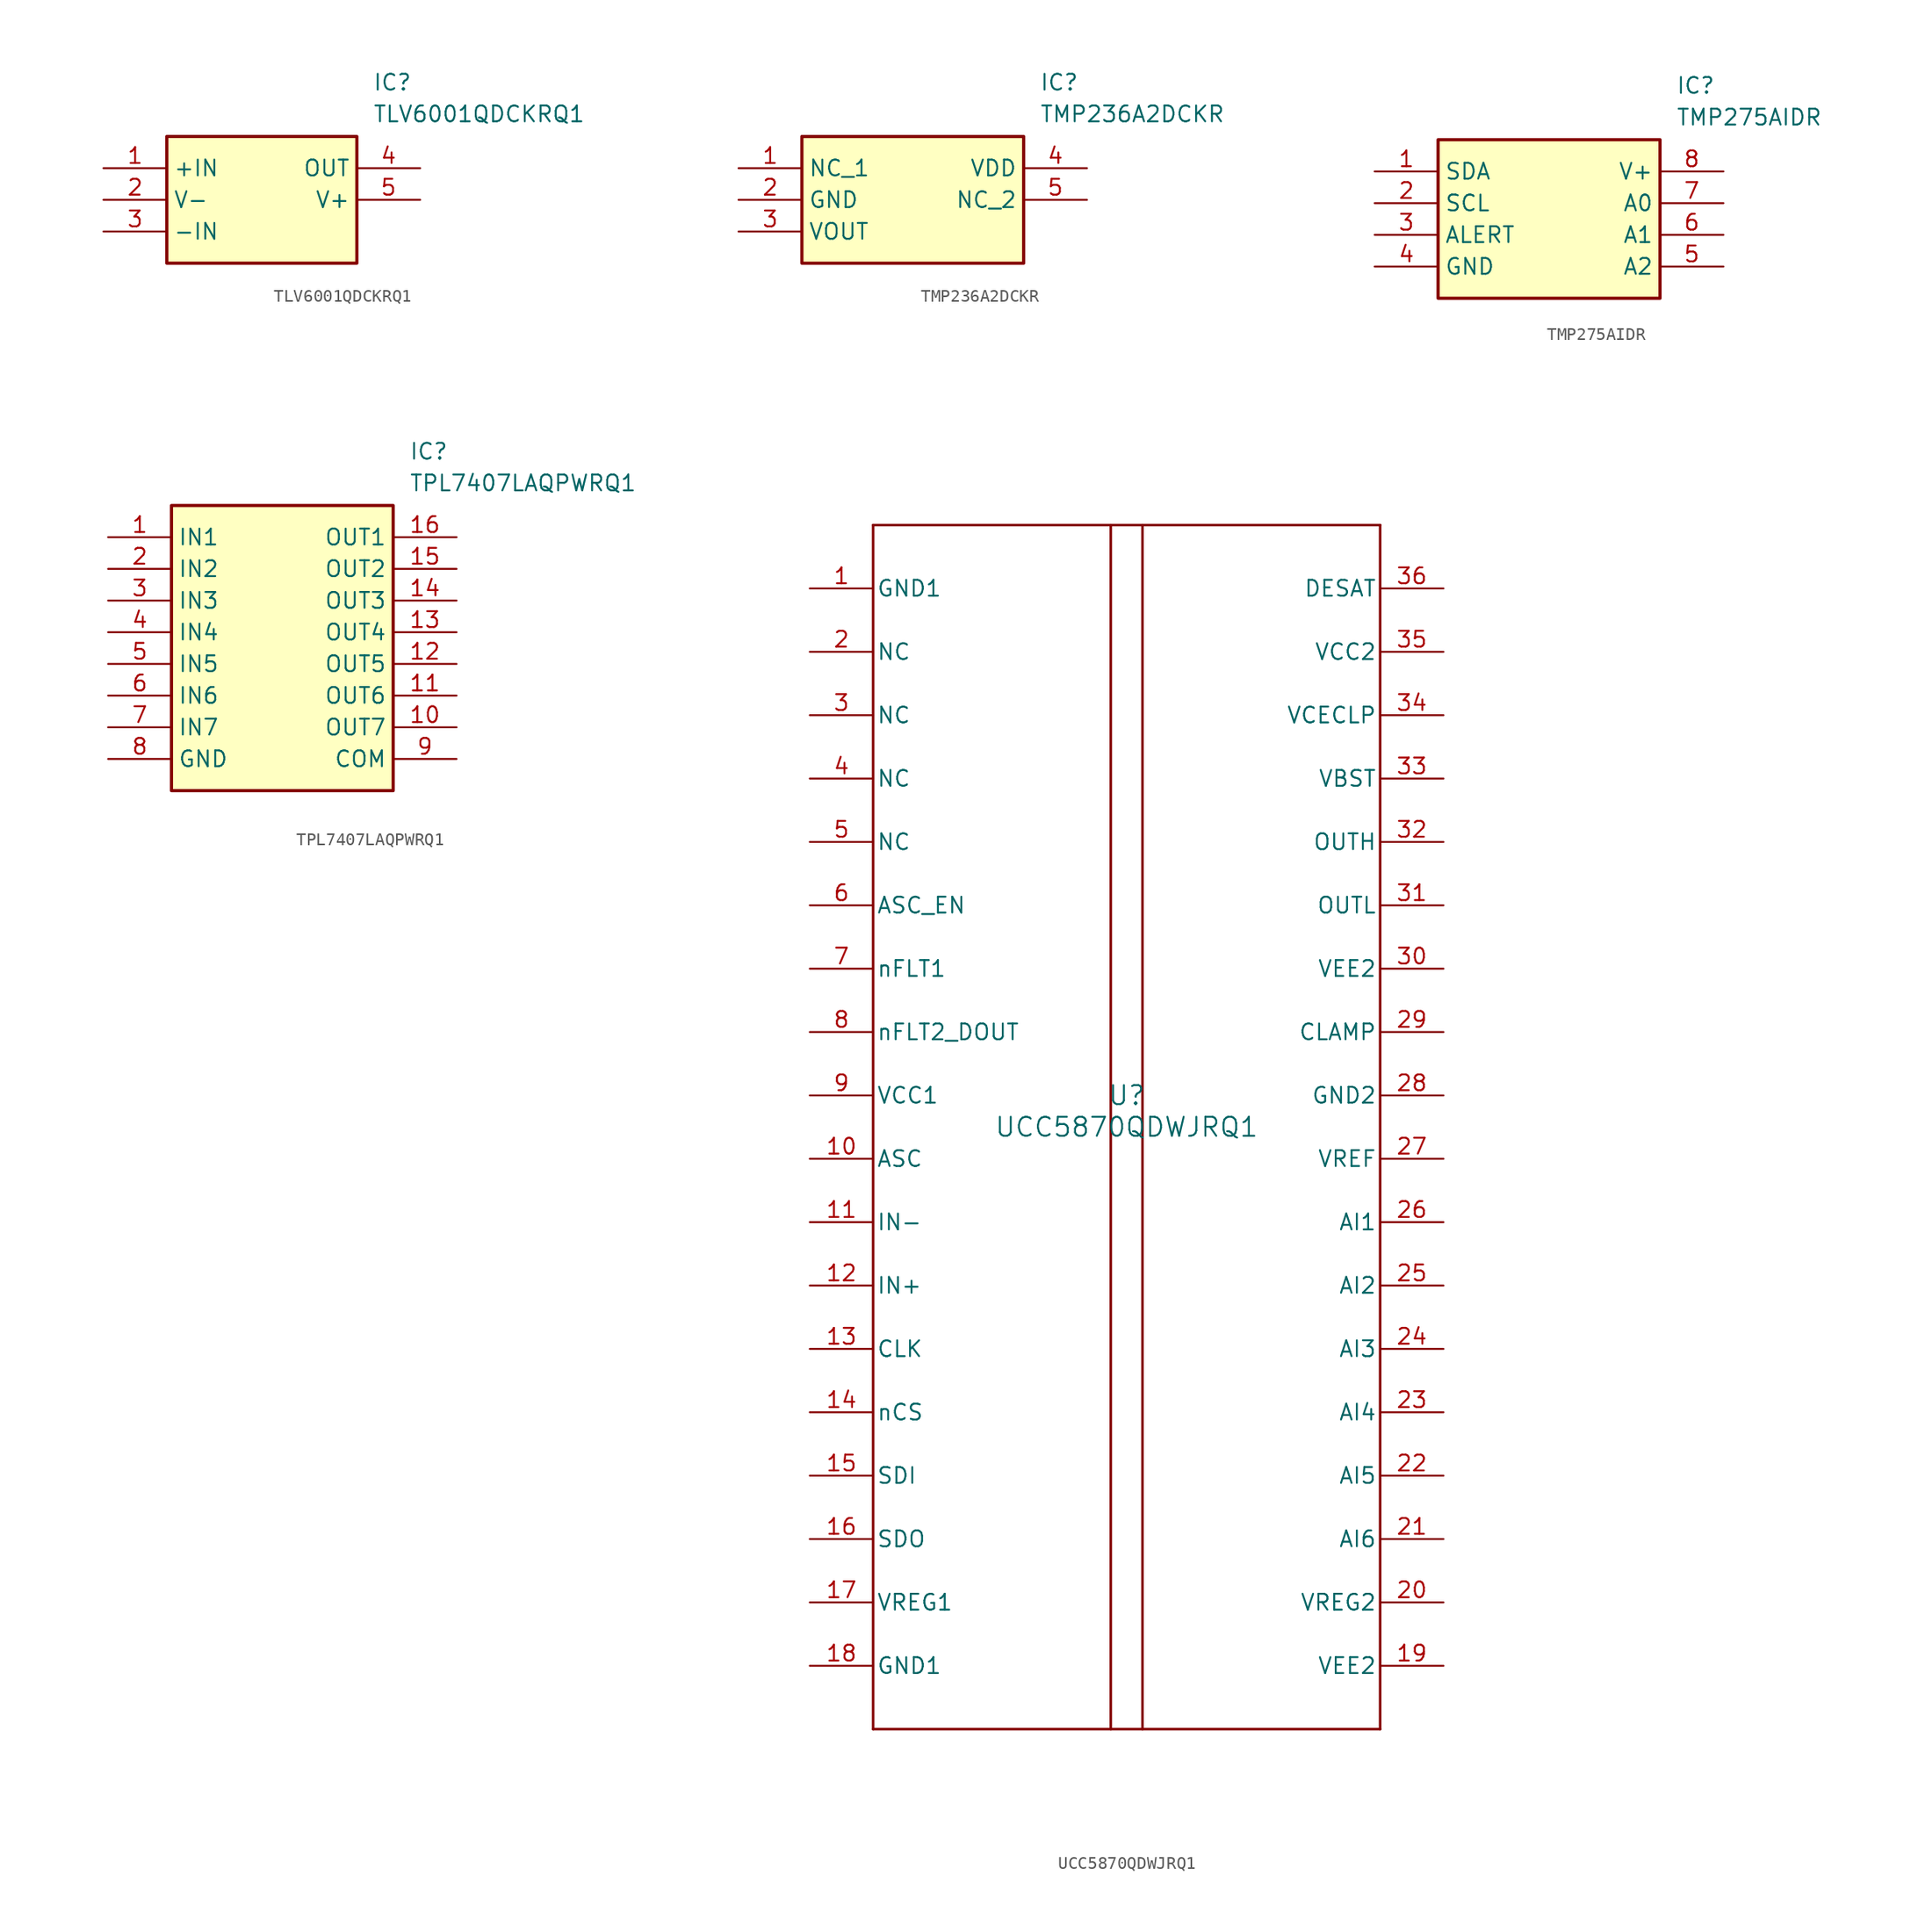
<source format=kicad_sym>
(kicad_symbol_lib
  (version 20241209)
  (generator "kicad_symbol_editor")
  (generator_version "9.0")
  (symbol "TLV6001QDCKRQ1"
    (property "Reference" "IC"
      (at 21.59 7.62 0)
      (effects (font (size 1.27 1.27)) (justify left top)))
    (property "Value" "TLV6001QDCKRQ1"
      (at 21.59 5.08 0)
      (effects (font (size 1.27 1.27)) (justify left top)))
    (symbol "TLV6001QDCKRQ1_1_1"
      (rectangle (start 5.08 2.54) (end 20.32 -7.62) (stroke (width 0.254) (type default)) (fill (type background)))
      (pin input line (at 0 0 0) (length 5.08) (name "+IN" (effects (font (size 1.27 1.27)))) (number "1" (effects (font (size 1.27 1.27)))))
      (pin power_in line (at 0 -2.54 0) (length 5.08) (name "V-" (effects (font (size 1.27 1.27)))) (number "2" (effects (font (size 1.27 1.27)))))
      (pin input line (at 0 -5.08 0) (length 5.08) (name "-IN" (effects (font (size 1.27 1.27)))) (number "3" (effects (font (size 1.27 1.27)))))
      (pin input line (at 25.4 0 180) (length 5.08) (name "OUT" (effects (font (size 1.27 1.27)))) (number "4" (effects (font (size 1.27 1.27)))))
      (pin power_in line (at 25.4 -2.54 180) (length 5.08) (name "V+" (effects (font (size 1.27 1.27)))) (number "5" (effects (font (size 1.27 1.27)))))))
  (symbol "TMP236A2DCKR"
    (property "Reference" "IC"
      (at 24.13 7.62 0)
      (effects (font (size 1.27 1.27)) (justify left top)))
    (property "Value" "TMP236A2DCKR"
      (at 24.13 5.08 0)
      (effects (font (size 1.27 1.27)) (justify left top)))
    (symbol "TMP236A2DCKR_1_1"
      (rectangle (start 5.08 2.54) (end 22.86 -7.62) (stroke (width 0.254) (type default)) (fill (type background)))
      (pin passive line (at 0 0 0) (length 5.08) (name "NC_1" (effects (font (size 1.27 1.27)))) (number "1" (effects (font (size 1.27 1.27)))))
      (pin passive line (at 0 -2.54 0) (length 5.08) (name "GND" (effects (font (size 1.27 1.27)))) (number "2" (effects (font (size 1.27 1.27)))))
      (pin passive line (at 0 -5.08 0) (length 5.08) (name "VOUT" (effects (font (size 1.27 1.27)))) (number "3" (effects (font (size 1.27 1.27)))))
      (pin passive line (at 27.94 0 180) (length 5.08) (name "VDD" (effects (font (size 1.27 1.27)))) (number "4" (effects (font (size 1.27 1.27)))))
      (pin passive line (at 27.94 -2.54 180) (length 5.08) (name "NC_2" (effects (font (size 1.27 1.27)))) (number "5" (effects (font (size 1.27 1.27)))))))
  (symbol "TMP275AIDR"
    (property "Reference" "IC"
      (at 24.13 7.62 0)
      (effects (font (size 1.27 1.27)) (justify left top)))
    (property "Value" "TMP275AIDR"
      (at 24.13 5.08 0)
      (effects (font (size 1.27 1.27)) (justify left top)))
    (symbol "TMP275AIDR_1_1"
      (rectangle (start 5.08 2.54) (end 22.86 -10.16) (stroke (width 0.254) (type default)) (fill (type background)))
      (pin passive line (at 0 0 0) (length 5.08) (name "SDA" (effects (font (size 1.27 1.27)))) (number "1" (effects (font (size 1.27 1.27)))))
      (pin passive line (at 0 -2.54 0) (length 5.08) (name "SCL" (effects (font (size 1.27 1.27)))) (number "2" (effects (font (size 1.27 1.27)))))
      (pin passive line (at 0 -5.08 0) (length 5.08) (name "ALERT" (effects (font (size 1.27 1.27)))) (number "3" (effects (font (size 1.27 1.27)))))
      (pin passive line (at 0 -7.62 0) (length 5.08) (name "GND" (effects (font (size 1.27 1.27)))) (number "4" (effects (font (size 1.27 1.27)))))
      (pin passive line (at 27.94 0 180) (length 5.08) (name "V+" (effects (font (size 1.27 1.27)))) (number "8" (effects (font (size 1.27 1.27)))))
      (pin passive line (at 27.94 -2.54 180) (length 5.08) (name "A0" (effects (font (size 1.27 1.27)))) (number "7" (effects (font (size 1.27 1.27)))))
      (pin passive line (at 27.94 -5.08 180) (length 5.08) (name "A1" (effects (font (size 1.27 1.27)))) (number "6" (effects (font (size 1.27 1.27)))))
      (pin passive line (at 27.94 -7.62 180) (length 5.08) (name "A2" (effects (font (size 1.27 1.27)))) (number "5" (effects (font (size 1.27 1.27)))))))
  (symbol "TPL7407LAQPWRQ1"
    (property "Reference" "IC"
      (at 24.13 7.62 0)
      (effects (font (size 1.27 1.27)) (justify left top)))
    (property "Value" "TPL7407LAQPWRQ1"
      (at 24.13 5.08 0)
      (effects (font (size 1.27 1.27)) (justify left top)))
    (symbol "TPL7407LAQPWRQ1_1_1"
      (rectangle (start 5.08 2.54) (end 22.86 -20.32) (stroke (width 0.254) (type default)) (fill (type background)))
      (pin passive line (at 0 0 0) (length 5.08) (name "IN1" (effects (font (size 1.27 1.27)))) (number "1" (effects (font (size 1.27 1.27)))))
      (pin passive line (at 0 -2.54 0) (length 5.08) (name "IN2" (effects (font (size 1.27 1.27)))) (number "2" (effects (font (size 1.27 1.27)))))
      (pin passive line (at 0 -5.08 0) (length 5.08) (name "IN3" (effects (font (size 1.27 1.27)))) (number "3" (effects (font (size 1.27 1.27)))))
      (pin passive line (at 0 -7.62 0) (length 5.08) (name "IN4" (effects (font (size 1.27 1.27)))) (number "4" (effects (font (size 1.27 1.27)))))
      (pin passive line (at 0 -10.16 0) (length 5.08) (name "IN5" (effects (font (size 1.27 1.27)))) (number "5" (effects (font (size 1.27 1.27)))))
      (pin passive line (at 0 -12.7 0) (length 5.08) (name "IN6" (effects (font (size 1.27 1.27)))) (number "6" (effects (font (size 1.27 1.27)))))
      (pin passive line (at 0 -15.24 0) (length 5.08) (name "IN7" (effects (font (size 1.27 1.27)))) (number "7" (effects (font (size 1.27 1.27)))))
      (pin passive line (at 0 -17.78 0) (length 5.08) (name "GND" (effects (font (size 1.27 1.27)))) (number "8" (effects (font (size 1.27 1.27)))))
      (pin passive line (at 27.94 0 180) (length 5.08) (name "OUT1" (effects (font (size 1.27 1.27)))) (number "16" (effects (font (size 1.27 1.27)))))
      (pin passive line (at 27.94 -2.54 180) (length 5.08) (name "OUT2" (effects (font (size 1.27 1.27)))) (number "15" (effects (font (size 1.27 1.27)))))
      (pin passive line (at 27.94 -5.08 180) (length 5.08) (name "OUT3" (effects (font (size 1.27 1.27)))) (number "14" (effects (font (size 1.27 1.27)))))
      (pin passive line (at 27.94 -7.62 180) (length 5.08) (name "OUT4" (effects (font (size 1.27 1.27)))) (number "13" (effects (font (size 1.27 1.27)))))
      (pin passive line (at 27.94 -10.16 180) (length 5.08) (name "OUT5" (effects (font (size 1.27 1.27)))) (number "12" (effects (font (size 1.27 1.27)))))
      (pin passive line (at 27.94 -12.7 180) (length 5.08) (name "OUT6" (effects (font (size 1.27 1.27)))) (number "11" (effects (font (size 1.27 1.27)))))
      (pin passive line (at 27.94 -15.24 180) (length 5.08) (name "OUT7" (effects (font (size 1.27 1.27)))) (number "10" (effects (font (size 1.27 1.27)))))
      (pin passive line (at 27.94 -17.78 180) (length 5.08) (name "COM" (effects (font (size 1.27 1.27)))) (number "9" (effects (font (size 1.27 1.27)))))))
  (symbol "UCC5870QDWJRQ1"
    (pin_names
      (offset 0.254))
    (property "Reference" "U"
      (at 0 2.54 0)
      (effects (font (size 1.524 1.524))))
    (property "Value" "UCC5870QDWJRQ1"
      (at 0 0 0)
      (effects (font (size 1.524 1.524))))
    (property "ki_locked" ""
      (at 0 0 0)
      (effects (font (size 1.27 1.27))))
    (symbol "UCC5870QDWJRQ1_0_1"
      (polyline (pts (xy -20.32 48.26) (xy -20.32 -48.26)) (stroke (width 0.203) (type default)) (fill (type none)))
      (polyline (pts (xy -20.32 -48.26) (xy 20.32 -48.26)) (stroke (width 0.203) (type default)) (fill (type none)))
      (polyline (pts (xy -1.27 -48.26) (xy -1.27 48.26)) (stroke (width 0.203) (type default)) (fill (type none)))
      (polyline (pts (xy 1.27 -48.26) (xy 1.27 48.26)) (stroke (width 0.203) (type default)) (fill (type none)))
      (polyline (pts (xy 20.32 48.26) (xy -20.32 48.26)) (stroke (width 0.203) (type default)) (fill (type none)))
      (polyline (pts (xy 20.32 -48.26) (xy 20.32 48.26)) (stroke (width 0.203) (type default)) (fill (type none)))
      (pin power_in line (at -25.4 43.18 0) (length 5.08) (name "GND1" (effects (font (size 1.27 1.27)))) (number "1" (effects (font (size 1.27 1.27)))))
      (pin unspecified line (at -25.4 38.1 0) (length 5.08) (name "NC" (effects (font (size 1.27 1.27)))) (number "2" (effects (font (size 1.27 1.27)))))
      (pin unspecified line (at -25.4 33.02 0) (length 5.08) (name "NC" (effects (font (size 1.27 1.27)))) (number "3" (effects (font (size 1.27 1.27)))))
      (pin unspecified line (at -25.4 27.94 0) (length 5.08) (name "NC" (effects (font (size 1.27 1.27)))) (number "4" (effects (font (size 1.27 1.27)))))
      (pin unspecified line (at -25.4 22.86 0) (length 5.08) (name "NC" (effects (font (size 1.27 1.27)))) (number "5" (effects (font (size 1.27 1.27)))))
      (pin input line (at -25.4 17.78 0) (length 5.08) (name "ASC_EN" (effects (font (size 1.27 1.27)))) (number "6" (effects (font (size 1.27 1.27)))))
      (pin output line (at -25.4 12.7 0) (length 5.08) (name "nFLT1" (effects (font (size 1.27 1.27)))) (number "7" (effects (font (size 1.27 1.27)))))
      (pin output line (at -25.4 7.62 0) (length 5.08) (name "nFLT2_DOUT" (effects (font (size 1.27 1.27)))) (number "8" (effects (font (size 1.27 1.27)))))
      (pin power_in line (at -25.4 2.54 0) (length 5.08) (name "VCC1" (effects (font (size 1.27 1.27)))) (number "9" (effects (font (size 1.27 1.27)))))
      (pin power_in line (at -25.4 -2.54 0) (length 5.08) (name "ASC" (effects (font (size 1.27 1.27)))) (number "10" (effects (font (size 1.27 1.27)))))
      (pin power_in line (at -25.4 -7.62 0) (length 5.08) (name "IN-" (effects (font (size 1.27 1.27)))) (number "11" (effects (font (size 1.27 1.27)))))
      (pin input line (at -25.4 -12.7 0) (length 5.08) (name "IN+" (effects (font (size 1.27 1.27)))) (number "12" (effects (font (size 1.27 1.27)))))
      (pin input line (at -25.4 -17.78 0) (length 5.08) (name "CLK" (effects (font (size 1.27 1.27)))) (number "13" (effects (font (size 1.27 1.27)))))
      (pin input line (at -25.4 -22.86 0) (length 5.08) (name "nCS" (effects (font (size 1.27 1.27)))) (number "14" (effects (font (size 1.27 1.27)))))
      (pin input line (at -25.4 -27.94 0) (length 5.08) (name "SDI" (effects (font (size 1.27 1.27)))) (number "15" (effects (font (size 1.27 1.27)))))
      (pin output line (at -25.4 -33.02 0) (length 5.08) (name "SDO" (effects (font (size 1.27 1.27)))) (number "16" (effects (font (size 1.27 1.27)))))
      (pin power_in line (at -25.4 -38.1 0) (length 5.08) (name "VREG1" (effects (font (size 1.27 1.27)))) (number "17" (effects (font (size 1.27 1.27)))))
      (pin power_in line (at -25.4 -43.18 0) (length 5.08) (name "GND1" (effects (font (size 1.27 1.27)))) (number "18" (effects (font (size 1.27 1.27)))))
      (pin input line (at 25.4 43.18 180) (length 5.08) (name "DESAT" (effects (font (size 1.27 1.27)))) (number "36" (effects (font (size 1.27 1.27)))))
      (pin bidirectional line (at 25.4 38.1 180) (length 5.08) (name "VCC2" (effects (font (size 1.27 1.27)))) (number "35" (effects (font (size 1.27 1.27)))))
      (pin input line (at 25.4 33.02 180) (length 5.08) (name "VCECLP" (effects (font (size 1.27 1.27)))) (number "34" (effects (font (size 1.27 1.27)))))
      (pin power_in line (at 25.4 27.94 180) (length 5.08) (name "VBST" (effects (font (size 1.27 1.27)))) (number "33" (effects (font (size 1.27 1.27)))))
      (pin output line (at 25.4 22.86 180) (length 5.08) (name "OUTH" (effects (font (size 1.27 1.27)))) (number "32" (effects (font (size 1.27 1.27)))))
      (pin output line (at 25.4 17.78 180) (length 5.08) (name "OUTL" (effects (font (size 1.27 1.27)))) (number "31" (effects (font (size 1.27 1.27)))))
      (pin power_in line (at 25.4 12.7 180) (length 5.08) (name "VEE2" (effects (font (size 1.27 1.27)))) (number "30" (effects (font (size 1.27 1.27)))))
      (pin bidirectional line (at 25.4 7.62 180) (length 5.08) (name "CLAMP" (effects (font (size 1.27 1.27)))) (number "29" (effects (font (size 1.27 1.27)))))
      (pin power_in line (at 25.4 2.54 180) (length 5.08) (name "GND2" (effects (font (size 1.27 1.27)))) (number "28" (effects (font (size 1.27 1.27)))))
      (pin power_in line (at 25.4 -2.54 180) (length 5.08) (name "VREF" (effects (font (size 1.27 1.27)))) (number "27" (effects (font (size 1.27 1.27)))))
      (pin input line (at 25.4 -7.62 180) (length 5.08) (name "AI1" (effects (font (size 1.27 1.27)))) (number "26" (effects (font (size 1.27 1.27)))))
      (pin input line (at 25.4 -12.7 180) (length 5.08) (name "AI2" (effects (font (size 1.27 1.27)))) (number "25" (effects (font (size 1.27 1.27)))))
      (pin input line (at 25.4 -17.78 180) (length 5.08) (name "AI3" (effects (font (size 1.27 1.27)))) (number "24" (effects (font (size 1.27 1.27)))))
      (pin input line (at 25.4 -22.86 180) (length 5.08) (name "AI4" (effects (font (size 1.27 1.27)))) (number "23" (effects (font (size 1.27 1.27)))))
      (pin input line (at 25.4 -27.94 180) (length 5.08) (name "AI5" (effects (font (size 1.27 1.27)))) (number "22" (effects (font (size 1.27 1.27)))))
      (pin input line (at 25.4 -33.02 180) (length 5.08) (name "AI6" (effects (font (size 1.27 1.27)))) (number "21" (effects (font (size 1.27 1.27)))))
      (pin power_in line (at 25.4 -38.1 180) (length 5.08) (name "VREG2" (effects (font (size 1.27 1.27)))) (number "20" (effects (font (size 1.27 1.27)))))
      (pin power_in line (at 25.4 -43.18 180) (length 5.08) (name "VEE2" (effects (font (size 1.27 1.27)))) (number "19" (effects (font (size 1.27 1.27))))))))
</source>
